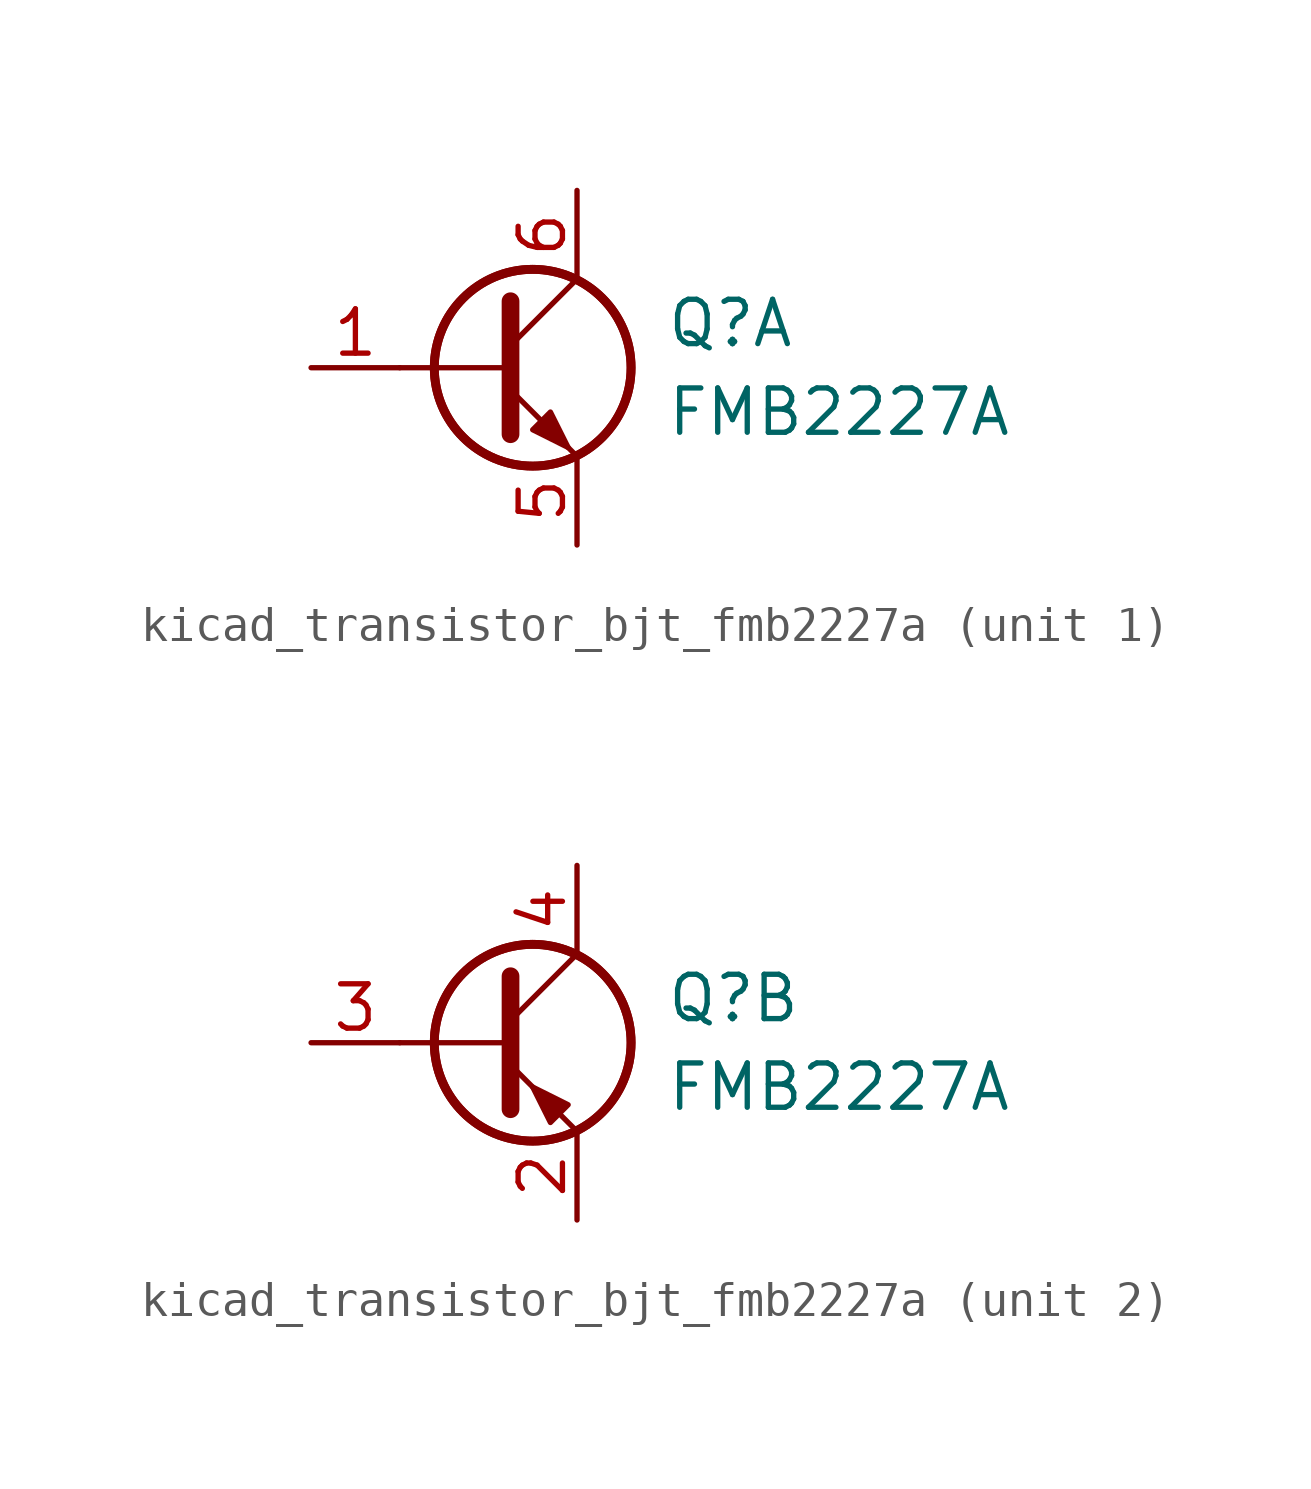
<source format=kicad_sym>
(kicad_symbol_lib
  (version 20220914)
  (generator kicad_symbol_editor)
  (symbol "kicad_transistor_bjt_fmb2227a"
    (pin_names
      (offset 0) hide)
    (property "Reference" "Q"
      (at 5.08 1.27 0)
      (effects (font (size 1.27 1.27)) (justify left)))
    (property "Value" "FMB2227A"
      (at 5.08 -1.27 0)
      (effects (font (size 1.27 1.27)) (justify left)))
    (property "ki_locked" ""
      (at 0 0 0)
      (effects (font (size 1.27 1.27))))
    (symbol "kicad_transistor_bjt_fmb2227a_0_1"
      (polyline (pts (xy 0.635 0) (xy -2.54 0)) (stroke (width 0) (type default)) (fill (type none)))
      (circle (center 1.27 0) (radius 2.819) (stroke (width 0.254) (type default)) (fill (type none)))
      (circle (center 1.27 0) (radius 2.819) (stroke (width 0.254) (type default)) (fill (type none))))
    (symbol "kicad_transistor_bjt_fmb2227a_1_1"
      (polyline (pts (xy 0.635 0.635) (xy 2.54 2.54)) (stroke (width 0) (type default)) (fill (type none)))
      (polyline (pts (xy 0.635 -0.635) (xy 2.54 -2.54) (xy 2.54 -2.54)) (stroke (width 0) (type default)) (fill (type none)))
      (polyline (pts (xy 0.635 1.905) (xy 0.635 -1.905) (xy 0.635 -1.905)) (stroke (width 0.508) (type default)) (fill (type none)))
      (polyline (pts (xy 1.27 -1.778) (xy 1.778 -1.27) (xy 2.286 -2.286) (xy 1.27 -1.778) (xy 1.27 -1.778)) (stroke (width 0) (type default)) (fill (type outline)))
      (pin input line (at -5.08 0 0) (length 2.54) (name "B1" (effects (font (size 1.27 1.27)))) (number "1" (effects (font (size 1.27 1.27)))))
      (pin passive line (at 2.54 -5.08 90) (length 2.54) (name "E1" (effects (font (size 1.27 1.27)))) (number "5" (effects (font (size 1.27 1.27)))))
      (pin passive line (at 2.54 5.08 270) (length 2.54) (name "C1" (effects (font (size 1.27 1.27)))) (number "6" (effects (font (size 1.27 1.27))))))
    (symbol "kicad_transistor_bjt_fmb2227a_2_1"
      (polyline (pts (xy 0.635 0.635) (xy 2.54 2.54)) (stroke (width 0) (type default)) (fill (type none)))
      (polyline (pts (xy 0.635 -0.635) (xy 2.54 -2.54) (xy 2.54 -2.54)) (stroke (width 0) (type default)) (fill (type none)))
      (polyline (pts (xy 0.635 1.905) (xy 0.635 -1.905) (xy 0.635 -1.905)) (stroke (width 0.508) (type default)) (fill (type none)))
      (polyline (pts (xy 2.286 -1.778) (xy 1.778 -2.286) (xy 1.27 -1.27) (xy 2.286 -1.778) (xy 2.286 -1.778)) (stroke (width 0) (type default)) (fill (type outline)))
      (pin passive line (at 2.54 -5.08 90) (length 2.54) (name "E2" (effects (font (size 1.27 1.27)))) (number "2" (effects (font (size 1.27 1.27)))))
      (pin input line (at -5.08 0 0) (length 2.54) (name "B2" (effects (font (size 1.27 1.27)))) (number "3" (effects (font (size 1.27 1.27)))))
      (pin passive line (at 2.54 5.08 270) (length 2.54) (name "C2" (effects (font (size 1.27 1.27)))) (number "4" (effects (font (size 1.27 1.27))))))))
</source>
